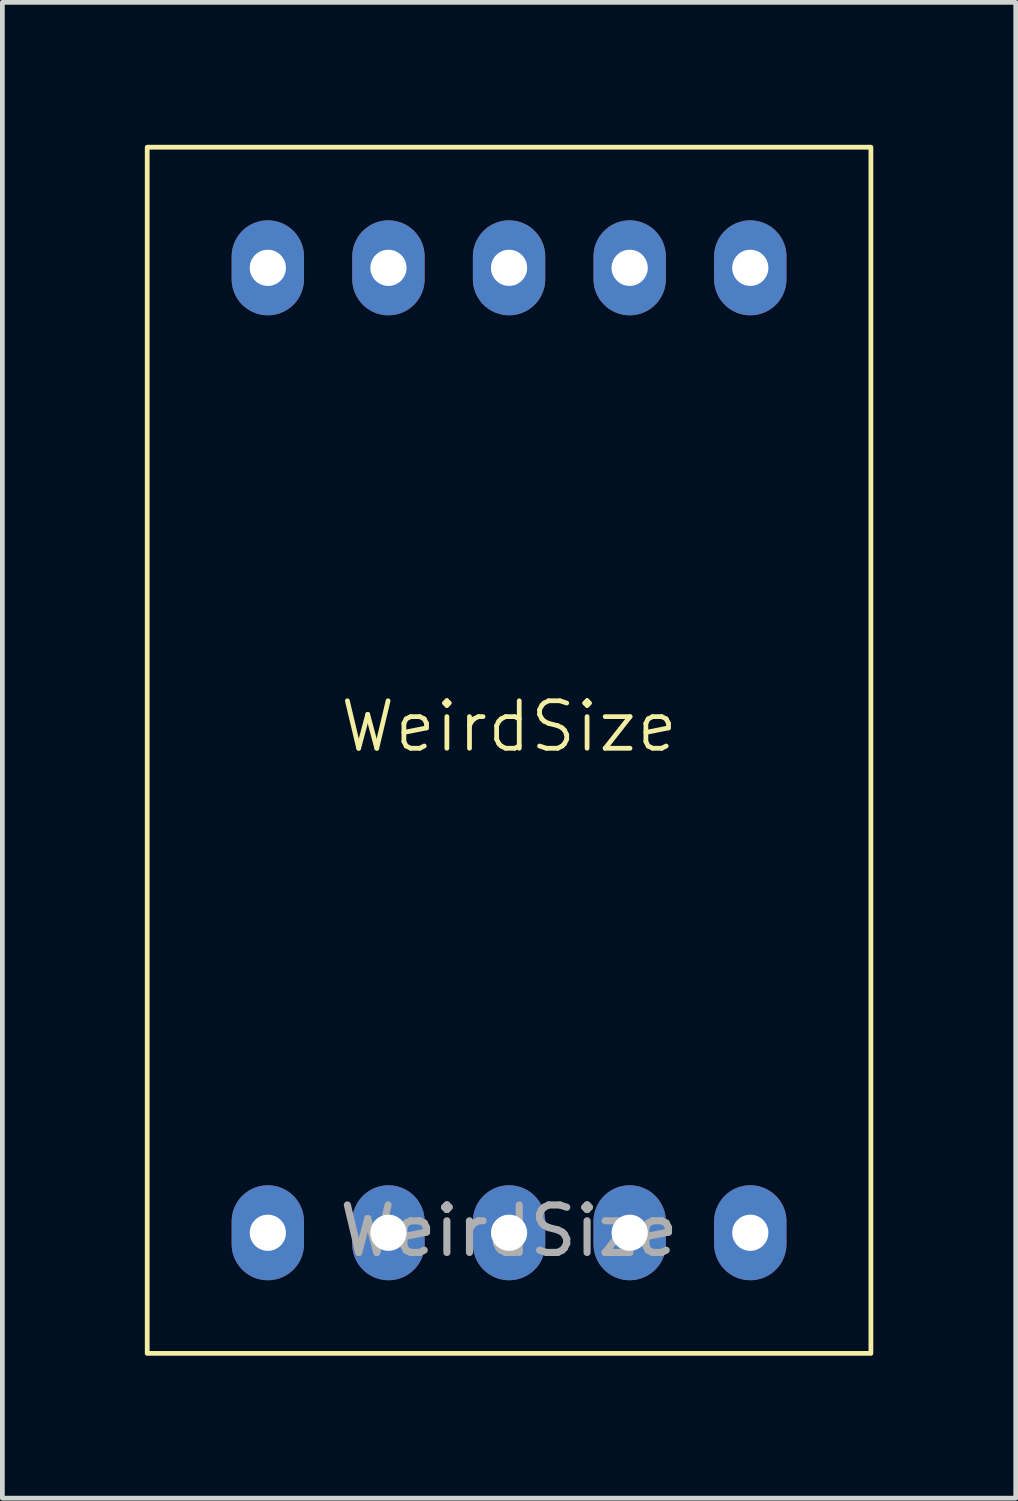
<source format=kicad_pcb>
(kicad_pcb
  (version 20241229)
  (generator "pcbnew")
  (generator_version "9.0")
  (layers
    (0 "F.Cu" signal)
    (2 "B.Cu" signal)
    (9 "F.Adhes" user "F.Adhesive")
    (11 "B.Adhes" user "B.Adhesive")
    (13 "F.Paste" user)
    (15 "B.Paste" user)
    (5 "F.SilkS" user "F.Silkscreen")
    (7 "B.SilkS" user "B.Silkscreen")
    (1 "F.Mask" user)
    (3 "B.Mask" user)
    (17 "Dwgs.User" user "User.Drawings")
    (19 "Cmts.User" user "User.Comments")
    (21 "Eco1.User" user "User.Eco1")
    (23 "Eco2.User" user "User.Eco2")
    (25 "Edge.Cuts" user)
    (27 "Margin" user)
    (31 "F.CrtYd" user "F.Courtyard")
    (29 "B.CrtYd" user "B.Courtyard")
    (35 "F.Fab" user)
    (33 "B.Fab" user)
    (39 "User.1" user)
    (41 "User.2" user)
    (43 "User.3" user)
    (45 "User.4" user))
  (footprint "WeirdSize"
    (layer "F.Cu")
    (at 7.67 12.75)
    (property "Reference" "WeirdSize" (at 0 -0.5 0) (unlocked yes) (layer "F.SilkS") (effects (font (size 1 1) (thickness 0.1))))
    (attr through_hole)
    (fp_rect (start -7.62 -12.7) (end 7.62 12.7) (stroke (width 0.1) (type default)) (fill no) (layer "F.SilkS"))
    (fp_text user "${REFERENCE}" (at 0 10.12 0) (unlocked yes) (layer "F.Fab") (effects (font (size 1 1) (thickness 0.15))))
    (pad "1" thru_hole oval (at 5.08 -10.16) (size 1.524 2) (drill 0.762) (layers "*.Cu" "*.Mask"))
    (pad "2" thru_hole oval (at 2.54 -10.16) (size 1.524 2) (drill 0.762) (layers "*.Cu" "*.Mask"))
    (pad "3" thru_hole oval (at 0 -10.16) (size 1.524 2) (drill 0.762) (layers "*.Cu" "*.Mask"))
    (pad "4" thru_hole oval (at -2.54 -10.16) (size 1.524 2) (drill 0.762) (layers "*.Cu" "*.Mask"))
    (pad "5" thru_hole oval (at -5.08 -10.16) (size 1.524 2) (drill 0.762) (layers "*.Cu" "*.Mask"))
    (pad "6" thru_hole oval (at -5.08 10.16) (size 1.524 2) (drill 0.762) (layers "*.Cu" "*.Mask"))
    (pad "7" thru_hole oval (at -2.54 10.16) (size 1.524 2) (drill 0.762) (layers "*.Cu" "*.Mask"))
    (pad "8" thru_hole oval (at 0 10.16) (size 1.524 2) (drill 0.762) (layers "*.Cu" "*.Mask"))
    (pad "9" thru_hole oval (at 2.54 10.16) (size 1.524 2) (drill 0.762) (layers "*.Cu" "*.Mask"))
    (pad "10" thru_hole oval (at 5.08 10.16) (size 1.524 2) (drill 0.762) (layers "*.Cu" "*.Mask")))
  (gr_rect
    (start -3 -3)
    (end 18.34 28.5)
    (stroke (width 0.1) (type default))
    (fill no)
    (layer "Edge.Cuts")))
</source>
